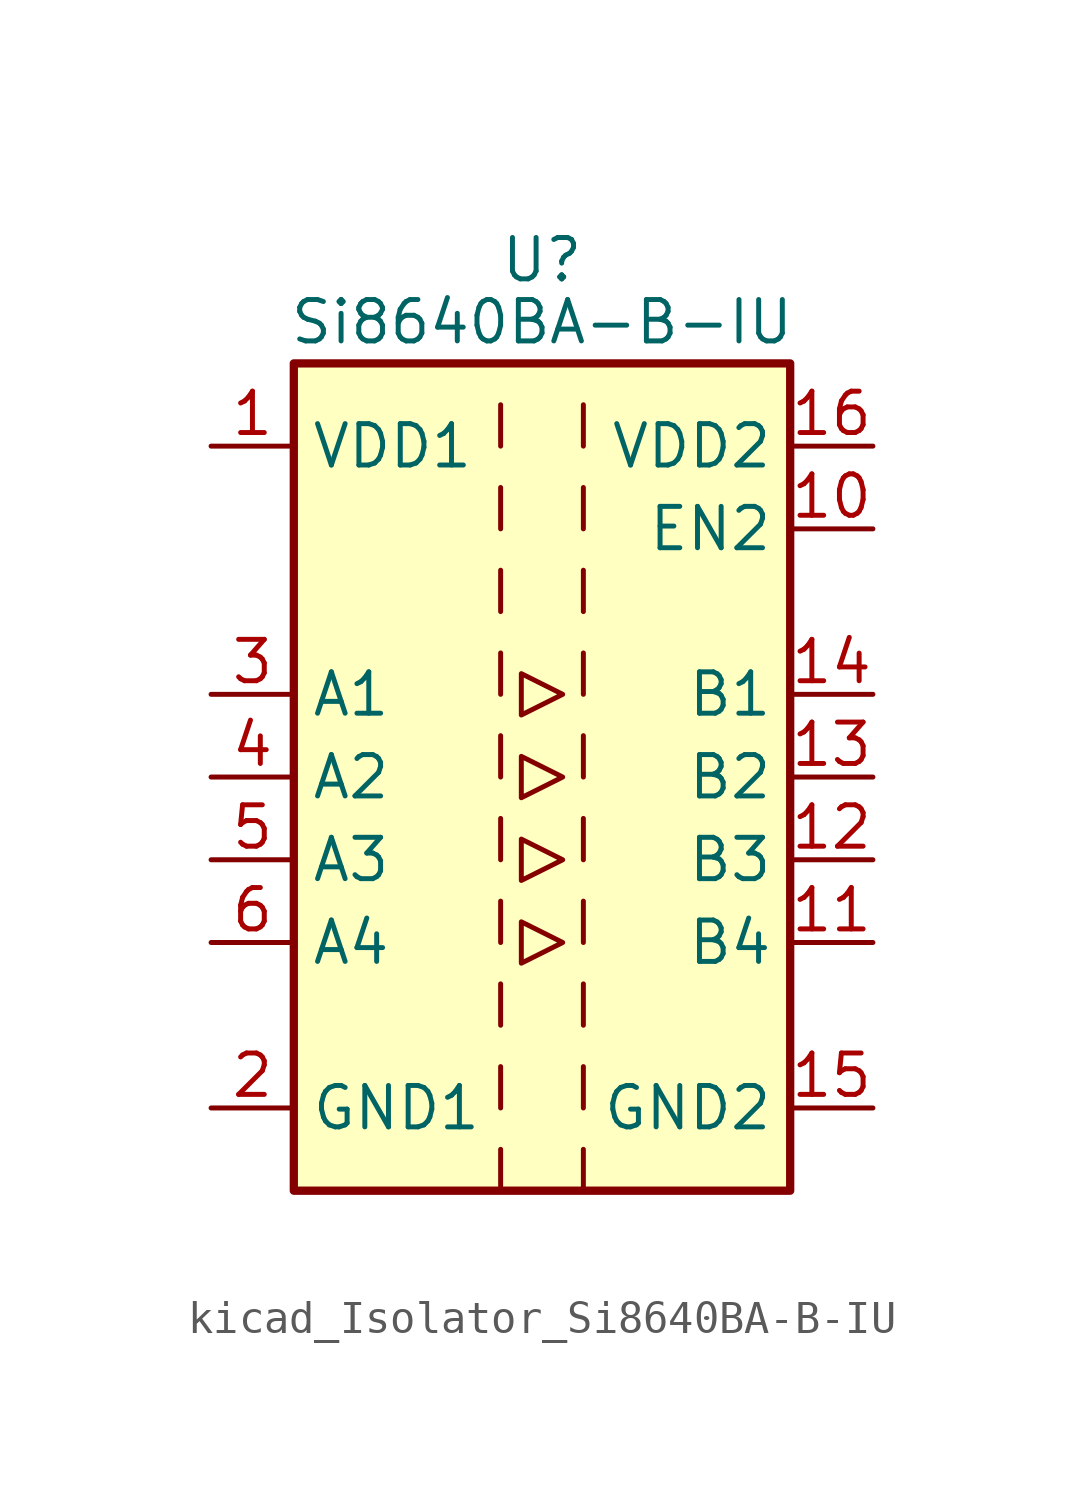
<source format=kicad_sym>
(kicad_symbol_lib
  (version 20220914)
  (generator kicad_symbol_editor)
  (symbol "kicad_Isolator_Si8640BA-B-IU"
    (property "Reference" "U"
      (at 0 15.875 0)
      (effects (font (size 1.27 1.27))))
    (property "Value" "Si8640BA-B-IU"
      (at 0 13.97 0)
      (effects (font (size 1.27 1.27))))
    (symbol "kicad_Isolator_Si8640BA-B-IU_0_1"
      (rectangle (start -7.62 12.7) (end 7.62 -12.7) (stroke (width 0.254) (type default)) (fill (type background)))
      (polyline (pts (xy -1.27 -11.43) (xy -1.27 -12.7)) (stroke (width 0) (type default)) (fill (type none)))
      (polyline (pts (xy -1.27 -8.89) (xy -1.27 -10.16)) (stroke (width 0) (type default)) (fill (type none)))
      (polyline (pts (xy -1.27 -6.35) (xy -1.27 -7.62)) (stroke (width 0) (type default)) (fill (type none)))
      (polyline (pts (xy -1.27 -3.81) (xy -1.27 -5.08)) (stroke (width 0) (type default)) (fill (type none)))
      (polyline (pts (xy -1.27 -1.27) (xy -1.27 -2.54)) (stroke (width 0) (type default)) (fill (type none)))
      (polyline (pts (xy -1.27 1.27) (xy -1.27 0)) (stroke (width 0) (type default)) (fill (type none)))
      (polyline (pts (xy -1.27 3.81) (xy -1.27 2.54)) (stroke (width 0) (type default)) (fill (type none)))
      (polyline (pts (xy -1.27 6.35) (xy -1.27 5.08)) (stroke (width 0) (type default)) (fill (type none)))
      (polyline (pts (xy -1.27 8.89) (xy -1.27 7.62)) (stroke (width 0) (type default)) (fill (type none)))
      (polyline (pts (xy -1.27 11.43) (xy -1.27 10.16)) (stroke (width 0) (type default)) (fill (type none)))
      (polyline (pts (xy 1.27 -11.43) (xy 1.27 -12.7)) (stroke (width 0) (type default)) (fill (type none)))
      (polyline (pts (xy 1.27 -8.89) (xy 1.27 -10.16)) (stroke (width 0) (type default)) (fill (type none)))
      (polyline (pts (xy 1.27 -6.35) (xy 1.27 -7.62)) (stroke (width 0) (type default)) (fill (type none)))
      (polyline (pts (xy 1.27 -3.81) (xy 1.27 -5.08)) (stroke (width 0) (type default)) (fill (type none)))
      (polyline (pts (xy 1.27 -1.27) (xy 1.27 -2.54)) (stroke (width 0) (type default)) (fill (type none)))
      (polyline (pts (xy 1.27 1.27) (xy 1.27 0)) (stroke (width 0) (type default)) (fill (type none)))
      (polyline (pts (xy 1.27 3.81) (xy 1.27 2.54)) (stroke (width 0) (type default)) (fill (type none)))
      (polyline (pts (xy 1.27 6.35) (xy 1.27 5.08)) (stroke (width 0) (type default)) (fill (type none)))
      (polyline (pts (xy 1.27 8.89) (xy 1.27 7.62)) (stroke (width 0) (type default)) (fill (type none)))
      (polyline (pts (xy 1.27 11.43) (xy 1.27 10.16)) (stroke (width 0) (type default)) (fill (type none)))
      (polyline (pts (xy -0.635 0.635) (xy -0.635 -0.635) (xy 0.635 0) (xy -0.635 0.635)) (stroke (width 0) (type default)) (fill (type none)))
      (polyline (pts (xy -0.635 3.175) (xy -0.635 1.905) (xy 0.635 2.54) (xy -0.635 3.175)) (stroke (width 0) (type default)) (fill (type none)))
      (polyline (pts (xy 0.635 -5.08) (xy -0.635 -4.445) (xy -0.635 -5.715) (xy 0.635 -5.08)) (stroke (width 0) (type default)) (fill (type none)))
      (polyline (pts (xy 0.635 -2.54) (xy -0.635 -1.905) (xy -0.635 -3.175) (xy 0.635 -2.54)) (stroke (width 0) (type default)) (fill (type none))))
    (symbol "kicad_Isolator_Si8640BA-B-IU_1_1"
      (pin power_in line (at -10.16 10.16 0) (length 2.54) (name "VDD1" (effects (font (size 1.27 1.27)))) (number "1" (effects (font (size 1.27 1.27)))))
      (pin input line (at 10.16 7.62 180) (length 2.54) (name "EN2" (effects (font (size 1.27 1.27)))) (number "10" (effects (font (size 1.27 1.27)))))
      (pin output line (at 10.16 -5.08 180) (length 2.54) (name "B4" (effects (font (size 1.27 1.27)))) (number "11" (effects (font (size 1.27 1.27)))))
      (pin output line (at 10.16 -2.54 180) (length 2.54) (name "B3" (effects (font (size 1.27 1.27)))) (number "12" (effects (font (size 1.27 1.27)))))
      (pin output line (at 10.16 0 180) (length 2.54) (name "B2" (effects (font (size 1.27 1.27)))) (number "13" (effects (font (size 1.27 1.27)))))
      (pin output line (at 10.16 2.54 180) (length 2.54) (name "B1" (effects (font (size 1.27 1.27)))) (number "14" (effects (font (size 1.27 1.27)))))
      (pin power_in line (at 10.16 -10.16 180) (length 2.54) (name "GND2" (effects (font (size 1.27 1.27)))) (number "15" (effects (font (size 1.27 1.27)))))
      (pin power_in line (at 10.16 10.16 180) (length 2.54) (name "VDD2" (effects (font (size 1.27 1.27)))) (number "16" (effects (font (size 1.27 1.27)))))
      (pin power_in line (at -10.16 -10.16 0) (length 2.54) (name "GND1" (effects (font (size 1.27 1.27)))) (number "2" (effects (font (size 1.27 1.27)))))
      (pin input line (at -10.16 2.54 0) (length 2.54) (name "A1" (effects (font (size 1.27 1.27)))) (number "3" (effects (font (size 1.27 1.27)))))
      (pin input line (at -10.16 0 0) (length 2.54) (name "A2" (effects (font (size 1.27 1.27)))) (number "4" (effects (font (size 1.27 1.27)))))
      (pin input line (at -10.16 -2.54 0) (length 2.54) (name "A3" (effects (font (size 1.27 1.27)))) (number "5" (effects (font (size 1.27 1.27)))))
      (pin input line (at -10.16 -5.08 0) (length 2.54) (name "A4" (effects (font (size 1.27 1.27)))) (number "6" (effects (font (size 1.27 1.27)))))
      (pin no_connect line (at -7.62 7.62 0) (length 2.54) hide (name "NC" (effects (font (size 1.27 1.27)))) (number "7" (effects (font (size 1.27 1.27)))))
      (pin passive line (at -10.16 -10.16 0) (length 2.54) hide (name "GND1" (effects (font (size 1.27 1.27)))) (number "8" (effects (font (size 1.27 1.27)))))
      (pin passive line (at 10.16 -10.16 180) (length 2.54) hide (name "GND2" (effects (font (size 1.27 1.27)))) (number "9" (effects (font (size 1.27 1.27))))))))
</source>
